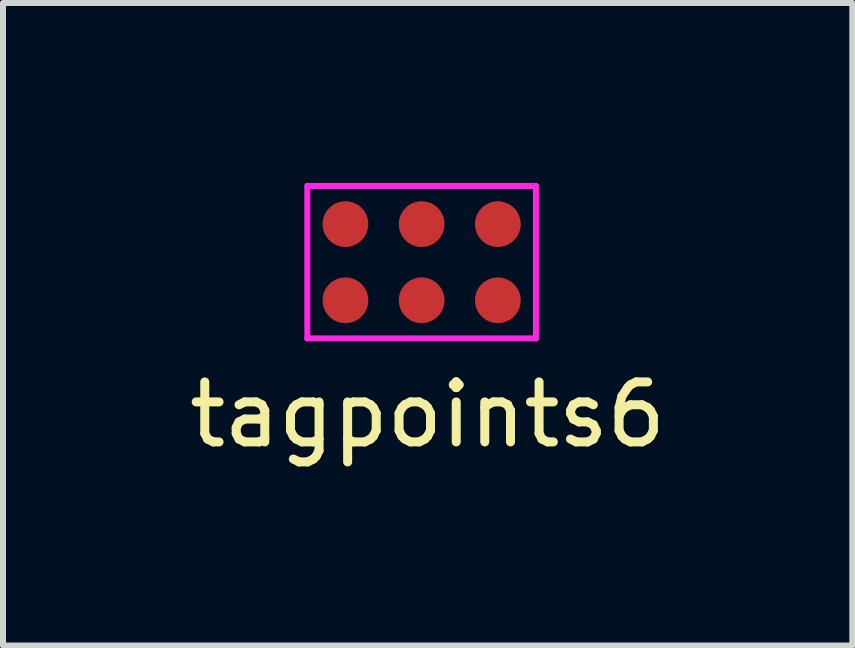
<source format=kicad_pcb>
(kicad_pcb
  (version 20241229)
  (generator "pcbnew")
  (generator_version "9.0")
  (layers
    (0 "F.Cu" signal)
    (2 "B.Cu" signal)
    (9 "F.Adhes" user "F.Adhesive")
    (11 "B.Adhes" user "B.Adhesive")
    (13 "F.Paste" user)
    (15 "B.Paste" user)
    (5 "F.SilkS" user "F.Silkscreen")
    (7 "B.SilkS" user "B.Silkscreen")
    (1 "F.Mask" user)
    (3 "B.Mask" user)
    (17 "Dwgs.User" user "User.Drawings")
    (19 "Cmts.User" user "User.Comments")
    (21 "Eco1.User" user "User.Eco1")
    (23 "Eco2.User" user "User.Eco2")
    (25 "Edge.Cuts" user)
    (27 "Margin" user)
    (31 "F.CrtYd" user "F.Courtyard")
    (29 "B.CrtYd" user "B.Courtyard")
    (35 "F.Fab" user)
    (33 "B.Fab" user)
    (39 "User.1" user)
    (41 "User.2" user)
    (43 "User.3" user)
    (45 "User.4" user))
  (footprint "tagpoints6"
    (layer "F.Cu")
    (at 3.977 1.32)
    (property "Reference" "tagpoints6" (at 0.1 2.54 0) (layer "F.SilkS") (effects (font (size 1 1) (thickness 0.15))))
    (attr through_hole)
    (fp_line (start -1.905 -1.27) (end 1.905 -1.27) (stroke (width 0.1) (type solid)) (layer "F.CrtYd"))
    (fp_line (start -1.905 1.27) (end -1.905 -1.27) (stroke (width 0.1) (type solid)) (layer "F.CrtYd"))
    (fp_line (start 1.905 -1.27) (end 1.905 1.27) (stroke (width 0.1) (type solid)) (layer "F.CrtYd"))
    (fp_line (start 1.905 1.27) (end -1.905 1.27) (stroke (width 0.1) (type solid)) (layer "F.CrtYd"))
    (pad "1" smd circle (at -1.27 0.635) (size 0.762 0.762) (layers "F.Cu" "F.Mask"))
    (pad "2" smd circle (at -1.27 -0.635) (size 0.762 0.762) (layers "F.Cu" "F.Mask"))
    (pad "3" smd circle (at 0 0.635) (size 0.762 0.762) (layers "F.Cu" "F.Mask"))
    (pad "4" smd circle (at 0 -0.635) (size 0.762 0.762) (layers "F.Cu" "F.Mask"))
    (pad "5" smd circle (at 1.27 0.635) (size 0.762 0.762) (layers "F.Cu" "F.Mask"))
    (pad "6" smd circle (at 1.27 -0.635) (size 0.762 0.762) (layers "F.Cu" "F.Mask")))
  (gr_rect
    (start -3 -3)
    (end 11.155 7.708)
    (stroke (width 0.1) (type default))
    (fill no)
    (layer "Edge.Cuts")))
</source>
